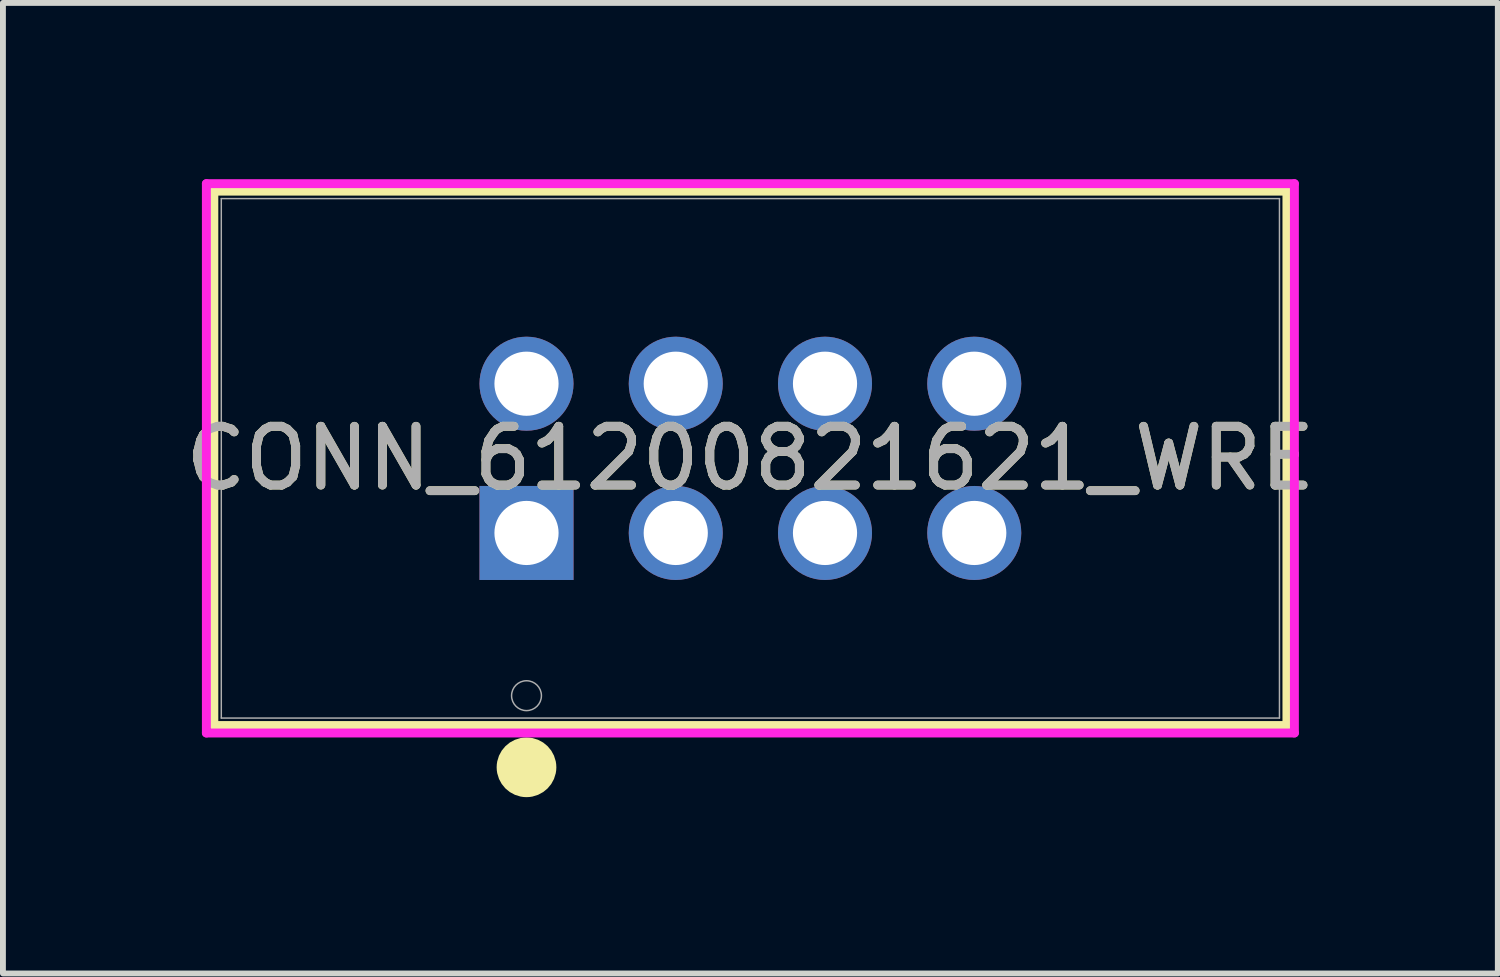
<source format=kicad_pcb>
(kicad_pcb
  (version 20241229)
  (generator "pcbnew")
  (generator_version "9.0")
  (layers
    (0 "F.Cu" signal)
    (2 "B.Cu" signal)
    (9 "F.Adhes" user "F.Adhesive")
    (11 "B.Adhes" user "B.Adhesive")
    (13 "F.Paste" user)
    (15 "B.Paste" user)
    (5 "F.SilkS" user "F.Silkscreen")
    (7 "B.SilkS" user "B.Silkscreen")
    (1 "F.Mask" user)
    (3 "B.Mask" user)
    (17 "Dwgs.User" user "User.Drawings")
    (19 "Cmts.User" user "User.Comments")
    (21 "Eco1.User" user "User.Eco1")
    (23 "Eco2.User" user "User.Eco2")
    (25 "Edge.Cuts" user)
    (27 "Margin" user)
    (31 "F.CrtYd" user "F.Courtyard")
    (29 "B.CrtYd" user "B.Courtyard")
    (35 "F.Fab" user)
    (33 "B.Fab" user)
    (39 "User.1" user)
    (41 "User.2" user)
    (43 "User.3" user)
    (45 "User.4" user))
  (footprint "CONN_61200821621_WRE"
    (layer "F.Cu")
    (at 5.91 6.02)
    (property "Reference" "CONN_61200821621_WRE" (at 3.81 -1.27 0) (unlocked yes) (layer "F.SilkS") (effects (font (size 1 1) (thickness 0.15))))
    (attr through_hole)
    (fp_line (start -5.321 -5.817) (end -5.321 3.277) (stroke (width 0.152) (type solid)) (layer "F.SilkS"))
    (fp_line (start -5.321 3.277) (end 12.941 3.277) (stroke (width 0.152) (type solid)) (layer "F.SilkS"))
    (fp_line (start 12.941 -5.817) (end -5.321 -5.817) (stroke (width 0.152) (type solid)) (layer "F.SilkS"))
    (fp_line (start 12.941 3.277) (end 12.941 -5.817) (stroke (width 0.152) (type solid)) (layer "F.SilkS"))
    (fp_circle (center 0 3.988) (end 0.254 3.988) (stroke (width 0.508) (type solid)) (fill no) (layer "F.SilkS"))
    (fp_line (start -5.448 -5.944) (end -5.448 3.404) (stroke (width 0.152) (type solid)) (layer "F.CrtYd"))
    (fp_line (start -5.448 3.404) (end 13.068 3.404) (stroke (width 0.152) (type solid)) (layer "F.CrtYd"))
    (fp_line (start 13.068 -5.944) (end -5.448 -5.944) (stroke (width 0.152) (type solid)) (layer "F.CrtYd"))
    (fp_line (start 13.068 3.404) (end 13.068 -5.944) (stroke (width 0.152) (type solid)) (layer "F.CrtYd"))
    (fp_line (start -5.194 -5.69) (end -5.194 3.15) (stroke (width 0.025) (type solid)) (layer "F.Fab"))
    (fp_line (start -5.194 3.15) (end 12.814 3.15) (stroke (width 0.025) (type solid)) (layer "F.Fab"))
    (fp_line (start 12.814 -5.69) (end -5.194 -5.69) (stroke (width 0.025) (type solid)) (layer "F.Fab"))
    (fp_line (start 12.814 3.15) (end 12.814 -5.69) (stroke (width 0.025) (type solid)) (layer "F.Fab"))
    (fp_circle (center 0 2.769) (end 0.254 2.769) (stroke (width 0.025) (type solid)) (fill no) (layer "F.Fab"))
    (fp_text user "${REFERENCE}" (at 3.81 -1.27 0) (unlocked yes) (layer "F.Fab") (effects (font (size 1 1) (thickness 0.15))))
    (pad "1" thru_hole rect (at 0 0) (size 1.6 1.6) (drill 1.092) (layers "*.Cu" "*.Mask"))
    (pad "2" thru_hole circle (at 0 -2.54) (size 1.6 1.6) (drill 1.092) (layers "*.Cu" "*.Mask"))
    (pad "3" thru_hole circle (at 2.54 0) (size 1.6 1.6) (drill 1.092) (layers "*.Cu" "*.Mask"))
    (pad "4" thru_hole circle (at 2.54 -2.54) (size 1.6 1.6) (drill 1.092) (layers "*.Cu" "*.Mask"))
    (pad "5" thru_hole circle (at 5.08 0) (size 1.6 1.6) (drill 1.092) (layers "*.Cu" "*.Mask"))
    (pad "6" thru_hole circle (at 5.08 -2.54) (size 1.6 1.6) (drill 1.092) (layers "*.Cu" "*.Mask"))
    (pad "7" thru_hole circle (at 7.62 0) (size 1.6 1.6) (drill 1.092) (layers "*.Cu" "*.Mask"))
    (pad "8" thru_hole circle (at 7.62 -2.54) (size 1.6 1.6) (drill 1.092) (layers "*.Cu" "*.Mask")))
  (gr_rect
    (start -3 -3)
    (end 22.44 13.516)
    (stroke (width 0.1) (type default))
    (fill no)
    (layer "Edge.Cuts")))
</source>
